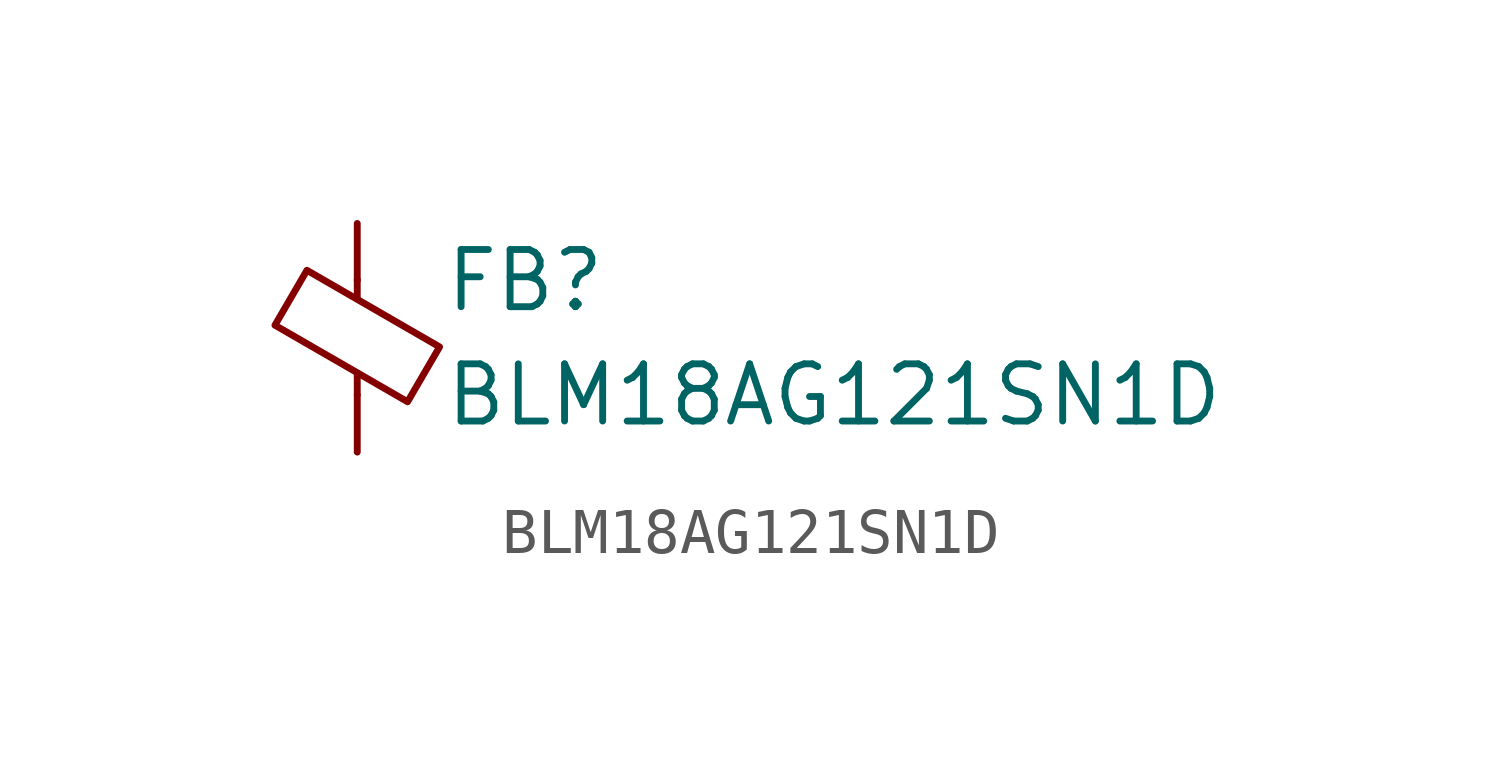
<source format=kicad_sym>
(kicad_symbol_lib
  (version 20241209)
  (generator "kicad_symbol_editor")
  (generator_version "9.0")
  (symbol "BLM18AG121SN1D"
    (pin_numbers
      (hide yes))
    (pin_names
      (offset 0))
    (property "Reference" "FB"
      (at 1.905 1.27 0)
      (effects (font (size 1.27 1.27)) (justify left)))
    (property "Value" "BLM18AG121SN1D"
      (at 1.905 -1.27 0)
      (effects (font (size 1.27 1.27)) (justify left)))
    (symbol "BLM18AG121SN1D_0_1"
      (polyline (pts (xy -1.829 0.279) (xy -1.118 1.499) (xy 1.829 -0.203) (xy 1.118 -1.422) (xy -1.829 0.279)) (stroke (width 0) (type default)) (fill (type none)))
      (polyline (pts (xy 0 0.889) (xy 0 1.295)) (stroke (width 0) (type default)) (fill (type none)))
      (polyline (pts (xy 0 -1.27) (xy 0 -0.787)) (stroke (width 0) (type default)) (fill (type none))))
    (symbol "BLM18AG121SN1D_1_1"
      (pin passive line (at 0 2.54 270) (length 1.27) (name "~" (effects (font (size 1.27 1.27)))) (number "1" (effects (font (size 1.27 1.27)))))
      (pin passive line (at 0 -2.54 90) (length 1.27) (name "~" (effects (font (size 1.27 1.27)))) (number "2" (effects (font (size 1.27 1.27))))))))
</source>
